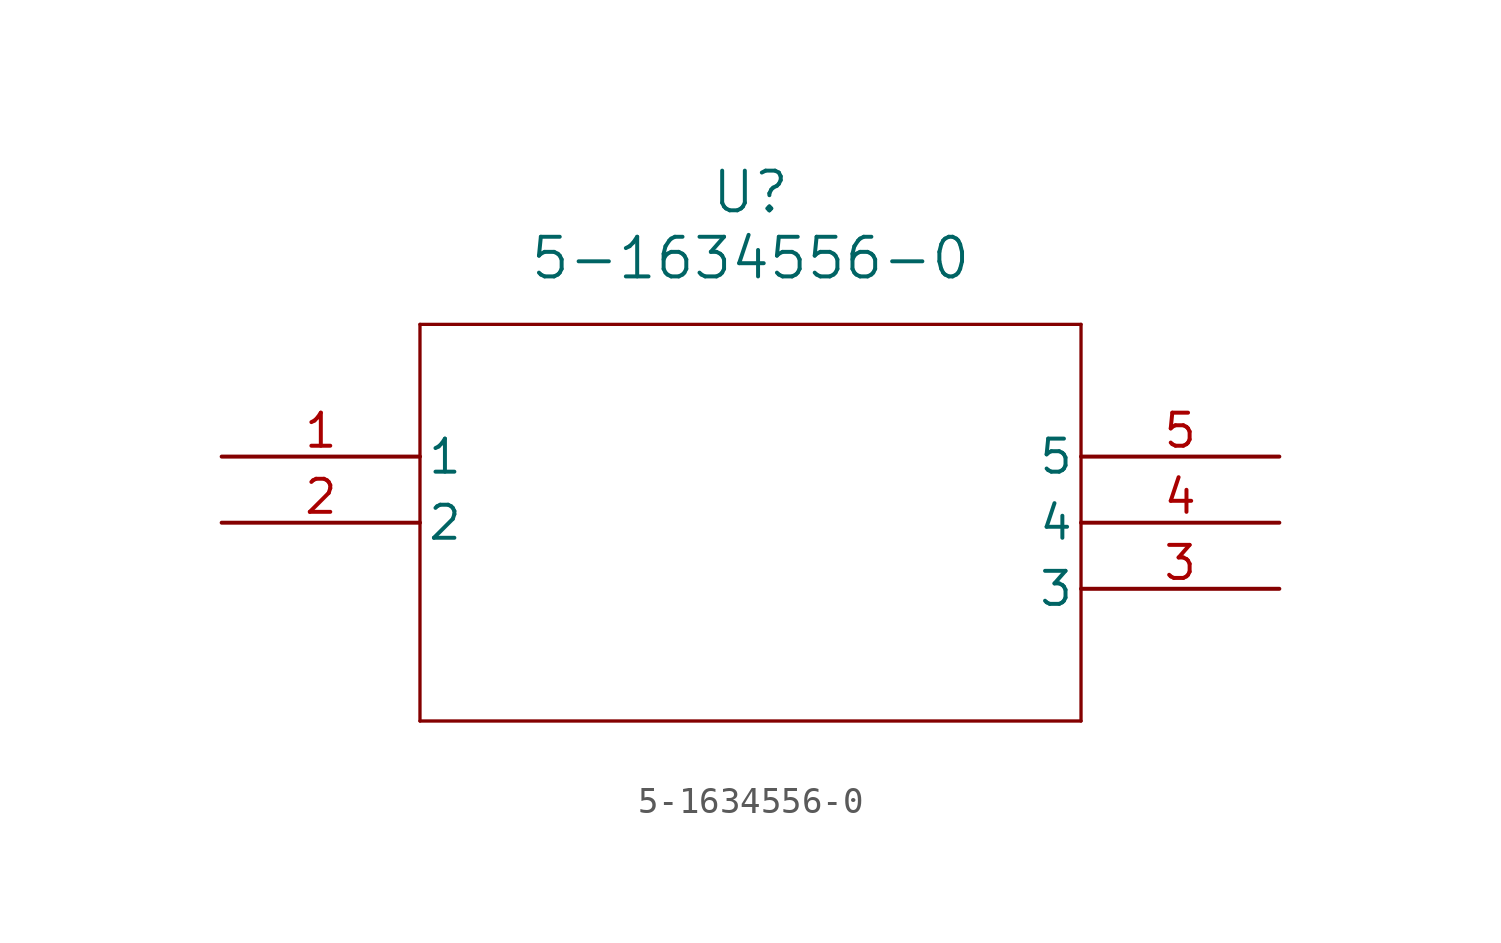
<source format=kicad_sym>
(kicad_symbol_lib
  (version 20211014)
  (generator kicad_symbol_editor)
  (symbol "5-1634556-0"
    (pin_names
      (offset 0.254))
    (property "Reference" "U"
      (at 20.32 10.16 0)
      (effects (font (size 1.524 1.524))))
    (property "Value" "5-1634556-0"
      (at 20.32 7.62 0)
      (effects (font (size 1.524 1.524))))
    (symbol "5-1634556-0_0_1"
      (polyline (pts (xy 7.62 5.08) (xy 7.62 -10.16)) (stroke (width 0.127) (type default) (color 0 0 0 0)) (fill (type none)))
      (polyline (pts (xy 7.62 -10.16) (xy 33.02 -10.16)) (stroke (width 0.127) (type default) (color 0 0 0 0)) (fill (type none)))
      (polyline (pts (xy 33.02 -10.16) (xy 33.02 5.08)) (stroke (width 0.127) (type default) (color 0 0 0 0)) (fill (type none)))
      (polyline (pts (xy 33.02 5.08) (xy 7.62 5.08)) (stroke (width 0.127) (type default) (color 0 0 0 0)) (fill (type none)))
      (pin unspecified line (at 0 0 0) (length 7.62) (name "1" (effects (font (size 1.27 1.27)))) (number "1" (effects (font (size 1.27 1.27)))))
      (pin unspecified line (at 0 -2.54 0) (length 7.62) (name "2" (effects (font (size 1.27 1.27)))) (number "2" (effects (font (size 1.27 1.27)))))
      (pin unspecified line (at 40.64 -5.08 180) (length 7.62) (name "3" (effects (font (size 1.27 1.27)))) (number "3" (effects (font (size 1.27 1.27)))))
      (pin unspecified line (at 40.64 -2.54 180) (length 7.62) (name "4" (effects (font (size 1.27 1.27)))) (number "4" (effects (font (size 1.27 1.27)))))
      (pin unspecified line (at 40.64 0 180) (length 7.62) (name "5" (effects (font (size 1.27 1.27)))) (number "5" (effects (font (size 1.27 1.27))))))))
</source>
